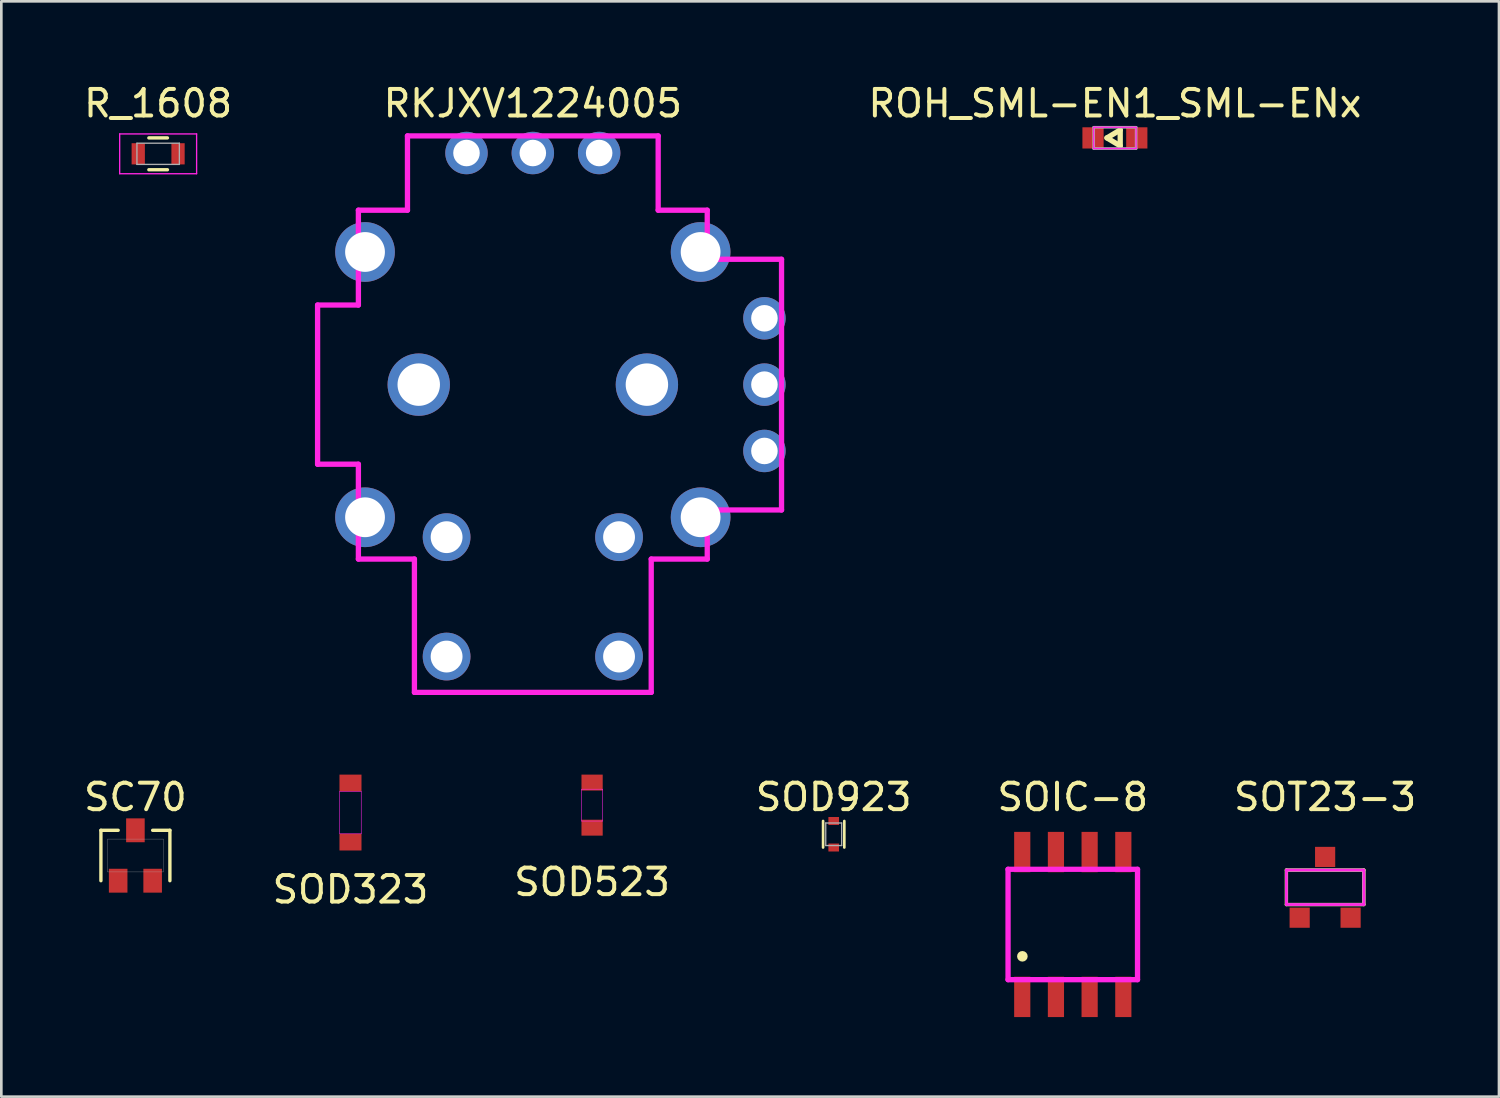
<source format=kicad_pcb>
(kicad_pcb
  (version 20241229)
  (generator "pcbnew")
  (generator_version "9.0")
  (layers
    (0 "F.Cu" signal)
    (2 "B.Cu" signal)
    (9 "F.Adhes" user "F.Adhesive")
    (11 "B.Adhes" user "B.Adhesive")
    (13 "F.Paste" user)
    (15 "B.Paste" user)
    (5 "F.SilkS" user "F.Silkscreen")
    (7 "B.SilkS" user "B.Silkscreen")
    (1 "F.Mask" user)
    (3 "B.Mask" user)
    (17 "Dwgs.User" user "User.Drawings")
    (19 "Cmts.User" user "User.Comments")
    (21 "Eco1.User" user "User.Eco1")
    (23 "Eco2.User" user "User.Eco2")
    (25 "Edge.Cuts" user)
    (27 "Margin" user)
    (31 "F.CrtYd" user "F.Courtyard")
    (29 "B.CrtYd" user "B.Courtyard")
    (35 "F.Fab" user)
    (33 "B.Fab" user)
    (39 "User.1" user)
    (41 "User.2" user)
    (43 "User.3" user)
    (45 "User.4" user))
  (footprint "RKJXV1224005"
    (layer "F.Cu")
    (at 17.034 11.448)
    (property "Reference" "RKJXV1224005" (at 0 -10.6 0) (layer "F.SilkS") (effects (font (size 1 1) (thickness 0.15))))
    (attr through_hole)
    (fp_line (start -1.1 1.7) (end -1.1 6.6) (stroke (width 0.2) (type solid)) (layer "Eco1.User"))
    (fp_line (start 1.1 1.7) (end 1.1 6.6) (stroke (width 0.2) (type solid)) (layer "Eco1.User"))
    (fp_circle (center -3.5 -3.5) (end -3.5 -2.2) (stroke (width 0.2) (type solid)) (fill no) (layer "Eco1.User"))
    (fp_circle (center -3.5 3.5) (end -3.5 4.8) (stroke (width 0.2) (type solid)) (fill no) (layer "Eco1.User"))
    (fp_circle (center 0 0) (end -0.4 2) (stroke (width 0.2) (type solid)) (fill no) (layer "Eco1.User"))
    (fp_circle (center 0 8) (end 0 9.75) (stroke (width 0.2) (type solid)) (fill no) (layer "Eco1.User"))
    (fp_circle (center 3.5 -3.5) (end 3.5 -2.2) (stroke (width 0.2) (type solid)) (fill no) (layer "Eco1.User"))
    (fp_circle (center 3.5 3.5) (end 3.5 4.8) (stroke (width 0.2) (type solid)) (fill no) (layer "Eco1.User"))
    (fp_line (start -8.113 -3) (end -8.113 3) (stroke (width 0.2) (type solid)) (layer "F.CrtYd"))
    (fp_line (start -8.113 3) (end -6.575 3) (stroke (width 0.2) (type solid)) (layer "F.CrtYd"))
    (fp_line (start -6.575 -6.575) (end -6.575 -3) (stroke (width 0.2) (type solid)) (layer "F.CrtYd"))
    (fp_line (start -6.575 -6.575) (end -4.725 -6.575) (stroke (width 0.2) (type solid)) (layer "F.CrtYd"))
    (fp_line (start -6.575 -3) (end -8.113 -3) (stroke (width 0.2) (type solid)) (layer "F.CrtYd"))
    (fp_line (start -6.575 6.575) (end -6.575 3) (stroke (width 0.2) (type solid)) (layer "F.CrtYd"))
    (fp_line (start -4.725 -6.575) (end -4.725 -9.375) (stroke (width 0.2) (type solid)) (layer "F.CrtYd"))
    (fp_line (start -4.463 6.575) (end -6.575 6.575) (stroke (width 0.2) (type solid)) (layer "F.CrtYd"))
    (fp_line (start -4.463 11.6) (end -4.463 6.575) (stroke (width 0.2) (type solid)) (layer "F.CrtYd"))
    (fp_line (start -4.463 11.6) (end 4.463 11.6) (stroke (width 0.2) (type solid)) (layer "F.CrtYd"))
    (fp_line (start 4.463 11.6) (end 4.463 6.575) (stroke (width 0.2) (type solid)) (layer "F.CrtYd"))
    (fp_line (start 4.725 -9.375) (end -4.725 -9.375) (stroke (width 0.2) (type solid)) (layer "F.CrtYd"))
    (fp_line (start 4.725 -6.575) (end 4.725 -9.375) (stroke (width 0.2) (type solid)) (layer "F.CrtYd"))
    (fp_line (start 4.725 -6.575) (end 6.575 -6.575) (stroke (width 0.2) (type solid)) (layer "F.CrtYd"))
    (fp_line (start 6.575 -6.575) (end 6.575 -4.725) (stroke (width 0.2) (type solid)) (layer "F.CrtYd"))
    (fp_line (start 6.575 6.575) (end 4.463 6.575) (stroke (width 0.2) (type solid)) (layer "F.CrtYd"))
    (fp_line (start 6.575 6.575) (end 6.575 4.725) (stroke (width 0.2) (type solid)) (layer "F.CrtYd"))
    (fp_line (start 9.375 -4.725) (end 6.575 -4.725) (stroke (width 0.2) (type solid)) (layer "F.CrtYd"))
    (fp_line (start 9.375 4.725) (end 6.575 4.725) (stroke (width 0.2) (type solid)) (layer "F.CrtYd"))
    (fp_line (start 9.375 4.725) (end 9.375 -4.725) (stroke (width 0.2) (type solid)) (layer "F.CrtYd"))
    (pad "" thru_hole circle (at -6.325 -5) (size 2.25 2.25) (drill 1.5) (layers "*.Cu" "*.Mask"))
    (pad "" thru_hole circle (at -6.325 5) (size 2.25 2.25) (drill 1.5) (layers "*.Cu" "*.Mask"))
    (pad "" thru_hole circle (at -4.3 0) (size 2.35 2.35) (drill 1.6) (layers "*.Cu" "*.Mask"))
    (pad "" thru_hole circle (at 4.3 0) (size 2.35 2.35) (drill 1.6) (layers "*.Cu" "*.Mask"))
    (pad "" thru_hole circle (at 6.325 -5) (size 2.25 2.25) (drill 1.5) (layers "*.Cu" "*.Mask"))
    (pad "" thru_hole circle (at 6.325 5) (size 2.25 2.25) (drill 1.5) (layers "*.Cu" "*.Mask"))
    (pad "X1" thru_hole circle (at 2.5 -8.73) (size 1.6 1.6) (drill 1) (layers "*.Cu" "*.Mask"))
    (pad "X2" thru_hole circle (at 0 -8.73) (size 1.6 1.6) (drill 1) (layers "*.Cu" "*.Mask"))
    (pad "X3" thru_hole circle (at -2.5 -8.73) (size 1.6 1.6) (drill 1) (layers "*.Cu" "*.Mask"))
    (pad "Y1" thru_hole circle (at 8.73 2.5) (size 1.6 1.6) (drill 1) (layers "*.Cu" "*.Mask"))
    (pad "Y2" thru_hole circle (at 8.73 0) (size 1.6 1.6) (drill 1) (layers "*.Cu" "*.Mask"))
    (pad "Y3" thru_hole circle (at 8.73 -2.5) (size 1.6 1.6) (drill 1) (layers "*.Cu" "*.Mask"))
    (pad "a" thru_hole circle (at -3.25 5.75) (size 1.8 1.8) (drill 1.2) (layers "*.Cu" "*.Mask"))
    (pad "b" thru_hole circle (at -3.25 10.25) (size 1.8 1.8) (drill 1.2) (layers "*.Cu" "*.Mask"))
    (pad "c" thru_hole circle (at 3.25 5.75) (size 1.8 1.8) (drill 1.2) (layers "*.Cu" "*.Mask"))
    (pad "d" thru_hole circle (at 3.25 10.25) (size 1.8 1.8) (drill 1.2) (layers "*.Cu" "*.Mask")))
  (footprint "SC70"
    (layer "F.Cu")
    (at 2.054 29.197)
    (property "Reference" "SC70" (at 0 -2.2 0) (layer "F.SilkS") (effects (font (size 1 1) (thickness 0.15))))
    (attr smd)
    (fp_line (start -1.3 -0.95) (end -1.3 0.95) (stroke (width 0.127) (type solid)) (layer "F.SilkS"))
    (fp_line (start -0.65 -0.95) (end -1.3 -0.95) (stroke (width 0.127) (type solid)) (layer "F.SilkS"))
    (fp_line (start 1.3 -0.95) (end 0.65 -0.95) (stroke (width 0.127) (type solid)) (layer "F.SilkS"))
    (fp_line (start 1.3 -0.95) (end 1.3 0.95) (stroke (width 0.127) (type solid)) (layer "F.SilkS"))
    (fp_line (start -1.05 -0.62) (end 1.05 -0.62) (stroke (width 0.01) (type solid)) (layer "F.Fab"))
    (fp_line (start -1.05 0.62) (end -1.05 -0.62) (stroke (width 0.01) (type solid)) (layer "F.Fab"))
    (fp_line (start 1.05 -0.62) (end 1.05 0.62) (stroke (width 0.01) (type solid)) (layer "F.Fab"))
    (fp_line (start 1.05 0.62) (end -1.05 0.62) (stroke (width 0.01) (type solid)) (layer "F.Fab"))
    (pad "1" smd rect (at -0.65 0.95) (size 0.7 0.9) (layers "F.Cu" "F.Mask" "F.Paste"))
    (pad "2" smd rect (at 0.65 0.95) (size 0.7 0.9) (layers "F.Cu" "F.Mask" "F.Paste"))
    (pad "3" smd rect (at 0 -0.95) (size 0.7 0.9) (layers "F.Cu" "F.Mask" "F.Paste")))
  (footprint "SOIC-8"
    (layer "F.Cu")
    (at 37.387 31.797)
    (property "Reference" "SOIC-8" (at 0 -4.8 0) (layer "F.SilkS") (effects (font (size 1 1) (thickness 0.15))))
    (attr through_hole)
    (fp_circle (center -1.9 1.2) (end -1.9 1.1) (stroke (width 0.2) (type solid)) (fill no) (layer "F.SilkS"))
    (fp_line (start -2.44 -2.08) (end 2.44 -2.08) (stroke (width 0.2) (type solid)) (layer "F.CrtYd"))
    (fp_line (start -2.44 2.08) (end -2.44 -2.08) (stroke (width 0.2) (type solid)) (layer "F.CrtYd"))
    (fp_line (start 2.44 -2.08) (end 2.44 2.08) (stroke (width 0.2) (type solid)) (layer "F.CrtYd"))
    (fp_line (start 2.44 2.08) (end -2.44 2.08) (stroke (width 0.2) (type solid)) (layer "F.CrtYd"))
    (pad "1" smd rect (at -1.905 2.73) (size 0.61 1.52) (layers "F.Cu" "F.Mask" "F.Paste"))
    (pad "2" smd rect (at -0.635 2.73) (size 0.61 1.52) (layers "F.Cu" "F.Mask" "F.Paste"))
    (pad "3" smd rect (at 0.635 2.73) (size 0.61 1.52) (layers "F.Cu" "F.Mask" "F.Paste"))
    (pad "4" smd rect (at 1.905 2.73) (size 0.61 1.52) (layers "F.Cu" "F.Mask" "F.Paste"))
    (pad "5" smd rect (at 1.905 -2.73) (size 0.61 1.52) (layers "F.Cu" "F.Mask" "F.Paste"))
    (pad "6" smd rect (at 0.635 -2.73) (size 0.61 1.52) (layers "F.Cu" "F.Mask" "F.Paste"))
    (pad "7" smd rect (at -0.635 -2.73) (size 0.61 1.52) (layers "F.Cu" "F.Mask" "F.Paste"))
    (pad "8" smd rect (at -1.905 -2.73) (size 0.61 1.52) (layers "F.Cu" "F.Mask" "F.Paste")))
  (footprint "R_1608"
    (layer "F.Cu")
    (at 2.911 2.748)
    (property "Reference" "R_1608" (at 0 -1.9 0) (layer "F.SilkS") (effects (font (size 1 1) (thickness 0.15))))
    (attr smd)
    (fp_line (start -0.35 -0.6) (end 0.35 -0.6) (stroke (width 0.127) (type solid)) (layer "F.SilkS"))
    (fp_line (start 0.35 0.6) (end -0.35 0.6) (stroke (width 0.127) (type solid)) (layer "F.SilkS"))
    (fp_line (start -1.45 -0.75) (end -1.45 0.75) (stroke (width 0.05) (type solid)) (layer "F.CrtYd"))
    (fp_line (start -1.45 -0.75) (end 1.45 -0.75) (stroke (width 0.05) (type solid)) (layer "F.CrtYd"))
    (fp_line (start -1.45 0.75) (end 1.45 0.75) (stroke (width 0.05) (type solid)) (layer "F.CrtYd"))
    (fp_line (start 1.45 -0.75) (end 1.45 0.75) (stroke (width 0.05) (type solid)) (layer "F.CrtYd"))
    (fp_line (start -0.8 -0.4) (end 0.8 -0.4) (stroke (width 0.05) (type solid)) (layer "F.Fab"))
    (fp_line (start -0.8 0.4) (end -0.8 -0.4) (stroke (width 0.05) (type solid)) (layer "F.Fab"))
    (fp_line (start 0.8 -0.4) (end 0.8 0.4) (stroke (width 0.05) (type solid)) (layer "F.Fab"))
    (fp_line (start 0.8 0.4) (end -0.8 0.4) (stroke (width 0.05) (type solid)) (layer "F.Fab"))
    (pad "1" smd rect (at -0.75 0) (size 0.5 0.8) (layers "F.Cu" "F.Mask" "F.Paste"))
    (pad "2" smd rect (at 0.75 0) (size 0.5 0.8) (layers "F.Cu" "F.Mask" "F.Paste")))
  (footprint "ROH_SML-EN1_SML-ENx"
    (layer "F.Cu")
    (at 38.975 2.148)
    (property "Reference" "ROH_SML-EN1_SML-ENx" (at 0 -1.3 0) (layer "F.SilkS") (effects (font (size 1 1) (thickness 0.15))))
    (attr smd)
    (fp_line (start -0.3 0) (end 0.2 -0.3) (stroke (width 0.2) (type solid)) (layer "F.SilkS"))
    (fp_line (start 0.2 -0.3) (end 0.2 0.3) (stroke (width 0.2) (type solid)) (layer "F.SilkS"))
    (fp_line (start 0.2 0.3) (end -0.3 0) (stroke (width 0.2) (type solid)) (layer "F.SilkS"))
    (fp_line (start -0.8 -0.4) (end 0.8 -0.4) (stroke (width 0.05) (type solid)) (layer "F.CrtYd"))
    (fp_line (start -0.8 0.4) (end -0.8 -0.4) (stroke (width 0.05) (type solid)) (layer "F.CrtYd"))
    (fp_line (start 0.8 -0.4) (end 0.8 0.4) (stroke (width 0.05) (type solid)) (layer "F.CrtYd"))
    (fp_line (start 0.8 0.4) (end -0.8 0.4) (stroke (width 0.05) (type solid)) (layer "F.CrtYd"))
    (fp_line (start -0.8 -0.4) (end 0.8 -0.4) (stroke (width 0.1) (type solid)) (layer "F.Fab"))
    (fp_line (start -0.8 0.4) (end -0.8 -0.4) (stroke (width 0.1) (type solid)) (layer "F.Fab"))
    (fp_line (start 0.8 -0.4) (end 0.8 0.4) (stroke (width 0.1) (type solid)) (layer "F.Fab"))
    (fp_line (start 0.8 0.4) (end -0.8 0.4) (stroke (width 0.1) (type solid)) (layer "F.Fab"))
    (pad "1" smd rect (at -0.825 0) (size 0.8 0.8) (layers "F.Cu" "F.Mask" "F.Paste"))
    (pad "2" smd rect (at 0.825 0) (size 0.8 0.8) (layers "F.Cu" "F.Mask" "F.Paste")))
  (footprint "SOD323"
    (layer "F.Cu")
    (at 10.161 27.578)
    (property "Reference" "SOD323" (at 0 2.9 0) (layer "F.SilkS") (effects (font (size 1 1) (thickness 0.15))))
    (attr smd)
    (fp_line (start -0.405 -0.8) (end 0.405 -0.8) (stroke (width 0.02) (type solid)) (layer "F.CrtYd"))
    (fp_line (start -0.405 0.8) (end -0.405 -0.8) (stroke (width 0.02) (type solid)) (layer "F.CrtYd"))
    (fp_line (start 0.4 0.8) (end -0.4 0.8) (stroke (width 0.02) (type solid)) (layer "F.CrtYd"))
    (fp_line (start 0.405 -0.8) (end 0.405 0.8) (stroke (width 0.02) (type solid)) (layer "F.CrtYd"))
    (pad "1" smd rect (at 0 -1.115) (size 0.83 0.63) (layers "F.Cu" "F.Mask" "F.Paste"))
    (pad "2" smd rect (at 0 1.115) (size 0.83 0.63) (layers "F.Cu" "F.Mask" "F.Paste")))
  (footprint "SOD923"
    (layer "F.Cu")
    (at 28.375 28.396)
    (property "Reference" "SOD923" (at 0 -1.4 0) (layer "F.SilkS") (effects (font (size 1 1) (thickness 0.15))))
    (attr through_hole)
    (fp_line (start -0.4 -0.5) (end -0.4 0.5) (stroke (width 0.1) (type solid)) (layer "F.SilkS"))
    (fp_line (start 0.4 -0.5) (end 0.4 0.5) (stroke (width 0.1) (type solid)) (layer "F.SilkS"))
    (fp_line (start -0.3 -0.425) (end 0.3 -0.425) (stroke (width 0.05) (type solid)) (layer "F.Fab"))
    (fp_line (start -0.3 0.425) (end -0.3 -0.425) (stroke (width 0.05) (type solid)) (layer "F.Fab"))
    (fp_line (start 0.3 -0.425) (end 0.3 0.425) (stroke (width 0.05) (type solid)) (layer "F.Fab"))
    (fp_line (start 0.3 0.425) (end -0.3 0.425) (stroke (width 0.05) (type solid)) (layer "F.Fab"))
    (pad "1" smd rect (at 0 0.5) (size 0.4 0.3) (layers "F.Cu" "F.Mask" "F.Paste"))
    (pad "2" smd rect (at 0 -0.5) (size 0.4 0.3) (layers "F.Cu" "F.Mask" "F.Paste")))
  (footprint "SOD523"
    (layer "F.Cu")
    (at 19.268 27.298)
    (property "Reference" "SOD523" (at 0 2.9 0) (layer "F.SilkS") (effects (font (size 1 1) (thickness 0.15))))
    (attr through_hole)
    (fp_line (start -0.4 -0.6) (end 0.4 -0.6) (stroke (width 0.02) (type solid)) (layer "F.CrtYd"))
    (fp_line (start -0.4 0.6) (end -0.4 -0.6) (stroke (width 0.02) (type solid)) (layer "F.CrtYd"))
    (fp_line (start 0.4 -0.6) (end 0.4 0.6) (stroke (width 0.02) (type solid)) (layer "F.CrtYd"))
    (fp_line (start 0.4 0.6) (end -0.4 0.6) (stroke (width 0.02) (type solid)) (layer "F.CrtYd"))
    (pad "1" smd rect (at 0 -0.85) (size 0.8 0.6) (layers "F.Cu" "F.Mask" "F.Paste"))
    (pad "2" smd rect (at 0 0.85) (size 0.8 0.6) (layers "F.Cu" "F.Mask" "F.Paste")))
  (footprint "SOT23-3"
    (layer "F.Cu")
    (at 46.899 30.396)
    (property "Reference" "SOT23-3" (at 0 -3.4 0) (layer "F.SilkS") (effects (font (size 1 1) (thickness 0.15))))
    (attr through_hole)
    (fp_line (start -1.46 -0.65) (end 1.46 -0.65) (stroke (width 0.127) (type solid)) (layer "F.SilkS"))
    (fp_line (start -1.46 0.65) (end -1.46 -0.65) (stroke (width 0.127) (type solid)) (layer "F.SilkS"))
    (fp_line (start 1.46 -0.65) (end 1.46 0.65) (stroke (width 0.127) (type solid)) (layer "F.SilkS"))
    (fp_line (start 1.46 0.65) (end -1.46 0.65) (stroke (width 0.127) (type solid)) (layer "F.SilkS"))
    (fp_line (start -1.46 -0.65) (end 1.46 -0.65) (stroke (width 0.1) (type solid)) (layer "F.CrtYd"))
    (fp_line (start -1.46 0.65) (end -1.46 -0.65) (stroke (width 0.1) (type solid)) (layer "F.CrtYd"))
    (fp_line (start 1.46 -0.65) (end 1.46 0.65) (stroke (width 0.1) (type solid)) (layer "F.CrtYd"))
    (fp_line (start 1.46 0.65) (end -1.46 0.65) (stroke (width 0.1) (type solid)) (layer "F.CrtYd"))
    (fp_line (start -1.46 -0.65) (end 1.46 -0.65) (stroke (width 0.1) (type solid)) (layer "F.Fab"))
    (fp_line (start -1.46 0.65) (end -1.46 -0.65) (stroke (width 0.1) (type solid)) (layer "F.Fab"))
    (fp_line (start 1.46 -0.65) (end 1.46 0.65) (stroke (width 0.1) (type solid)) (layer "F.Fab"))
    (fp_line (start 1.46 0.65) (end -1.46 0.65) (stroke (width 0.1) (type solid)) (layer "F.Fab"))
    (pad "1" smd rect (at -0.96 1.145) (size 0.76 0.76) (layers "F.Cu" "F.Mask" "F.Paste"))
    (pad "2" smd rect (at 0.96 1.145) (size 0.76 0.76) (layers "F.Cu" "F.Mask" "F.Paste"))
    (pad "3" smd rect (at 0 -1.145) (size 0.76 0.76) (layers "F.Cu" "F.Mask" "F.Paste")))
  (gr_rect
    (start -3 -3)
    (end 53.452 38.286)
    (stroke (width 0.1) (type default))
    (fill no)
    (layer "Edge.Cuts")))
</source>
